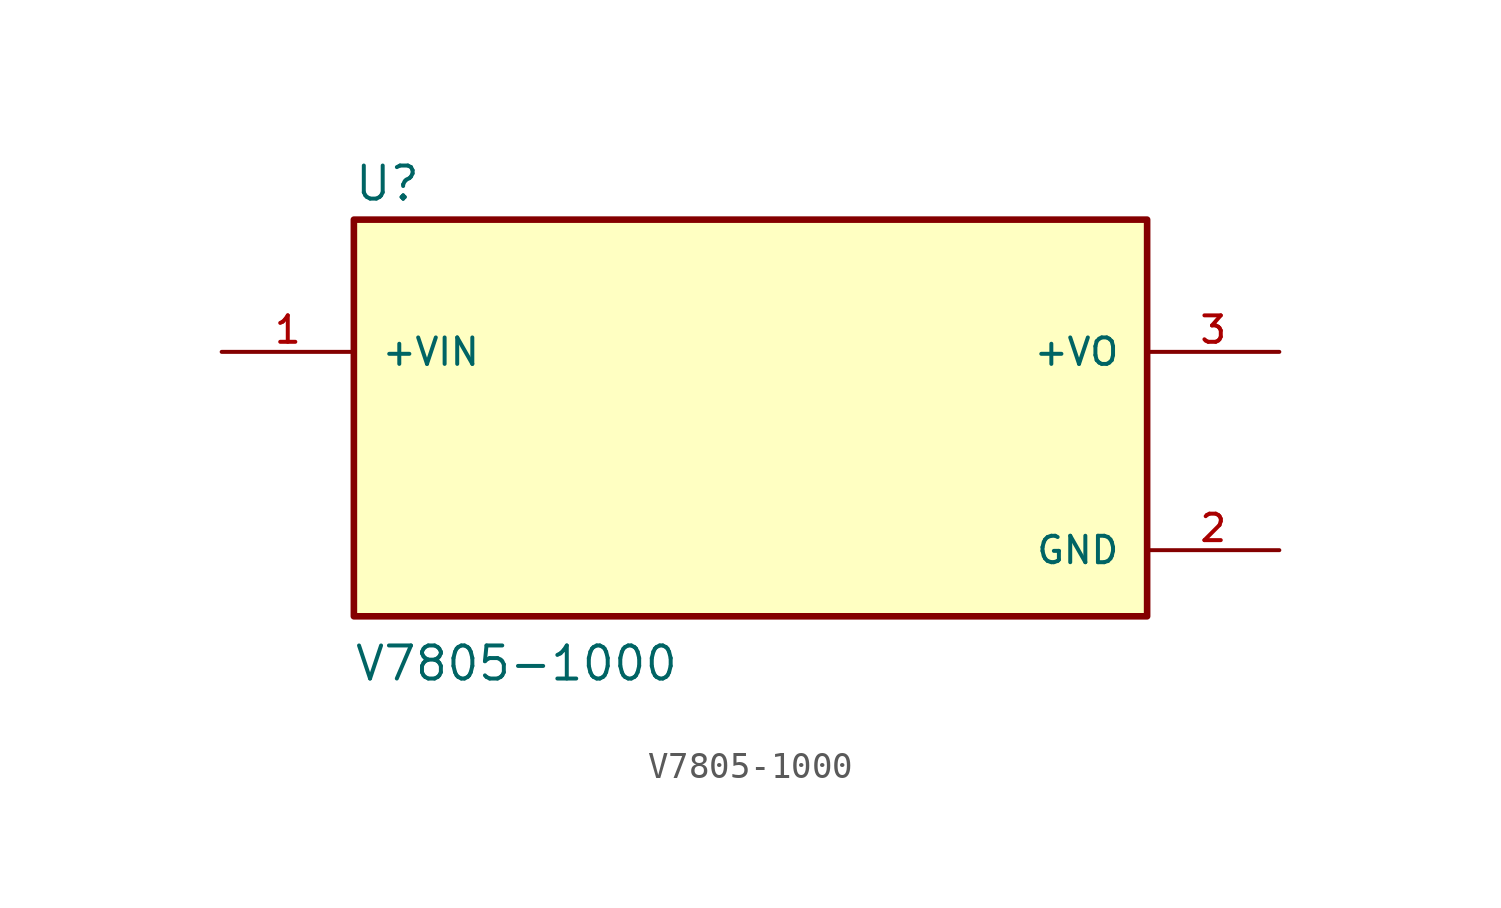
<source format=kicad_sym>
(kicad_symbol_lib
  (version 20211014)
  (generator kicad_symbol_editor)
  (symbol "V7805-1000"
    (pin_names
      (offset 1.016))
    (property "Reference" "U"
      (at -15.261 8.266 0)
      (effects (font (size 1.27 1.27)) (justify bottom left)))
    (property "Value" "V7805-1000"
      (at -15.263 -10.175 0)
      (effects (font (size 1.27 1.27)) (justify bottom left)))
    (symbol "V7805-1000_0_0"
      (rectangle (start -15.24 -7.62) (end 15.24 7.62) (stroke (width 0.254)) (fill (type background)))
      (pin input line (at -20.32 2.54 0) (length 5.08) (name "+VIN" (effects (font (size 1.016 1.016)))) (number "1" (effects (font (size 1.016 1.016)))))
      (pin power_in line (at 20.32 -5.08 180.0) (length 5.08) (name "GND" (effects (font (size 1.016 1.016)))) (number "2" (effects (font (size 1.016 1.016)))))
      (pin output line (at 20.32 2.54 180.0) (length 5.08) (name "+VO" (effects (font (size 1.016 1.016)))) (number "3" (effects (font (size 1.016 1.016))))))))
</source>
